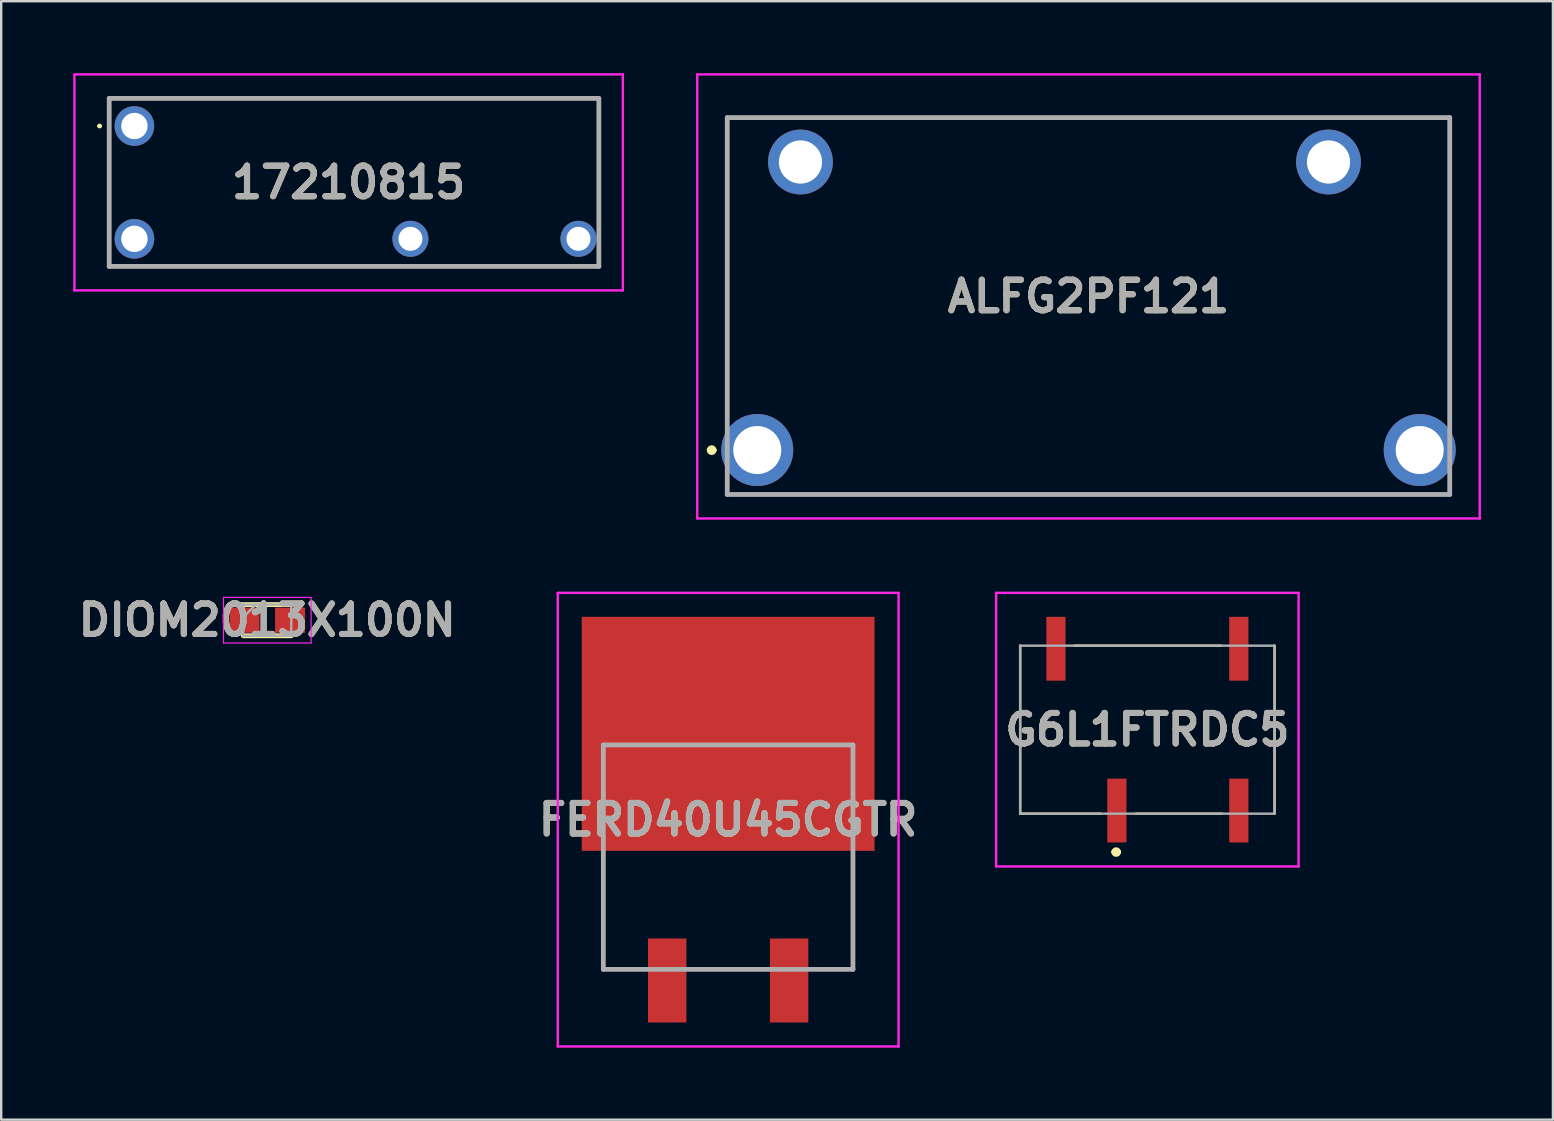
<source format=kicad_pcb>
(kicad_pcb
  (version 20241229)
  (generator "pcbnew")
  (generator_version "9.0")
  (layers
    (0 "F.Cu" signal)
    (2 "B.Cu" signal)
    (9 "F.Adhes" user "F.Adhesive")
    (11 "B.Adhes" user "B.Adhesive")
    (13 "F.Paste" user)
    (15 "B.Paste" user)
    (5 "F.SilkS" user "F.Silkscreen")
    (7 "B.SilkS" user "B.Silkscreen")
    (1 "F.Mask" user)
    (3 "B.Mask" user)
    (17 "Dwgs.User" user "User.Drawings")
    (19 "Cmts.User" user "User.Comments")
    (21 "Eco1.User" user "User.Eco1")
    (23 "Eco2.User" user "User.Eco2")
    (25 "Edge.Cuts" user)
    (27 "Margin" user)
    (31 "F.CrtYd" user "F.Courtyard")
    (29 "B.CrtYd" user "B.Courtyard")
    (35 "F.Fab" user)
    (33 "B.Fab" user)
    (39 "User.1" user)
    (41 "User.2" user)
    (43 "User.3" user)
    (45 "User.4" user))
  (footprint "DIOM2013X100N"
    (layer "F.Cu")
    (at 8.086 22.789)
    (property "Reference" "DIOM2013X100N" (at 0 0 0) (layer "F.SilkS") (effects (font (size 1.27 1.27) (thickness 0.254))))
    (attr smd)
    (fp_line (start -1 0.65) (end 1 0.65) (stroke (width 0.2) (type solid)) (layer "F.SilkS"))
    (fp_line (start 1 -0.65) (end -1.475 -0.65) (stroke (width 0.2) (type solid)) (layer "F.SilkS"))
    (fp_line (start -1.825 -0.95) (end 1.825 -0.95) (stroke (width 0.05) (type solid)) (layer "F.CrtYd"))
    (fp_line (start -1.825 0.95) (end -1.825 -0.95) (stroke (width 0.05) (type solid)) (layer "F.CrtYd"))
    (fp_line (start 1.825 -0.95) (end 1.825 0.95) (stroke (width 0.05) (type solid)) (layer "F.CrtYd"))
    (fp_line (start 1.825 0.95) (end -1.825 0.95) (stroke (width 0.05) (type solid)) (layer "F.CrtYd"))
    (fp_line (start -1 -0.65) (end 1 -0.65) (stroke (width 0.1) (type solid)) (layer "F.Fab"))
    (fp_line (start -1 -0.125) (end -0.475 -0.65) (stroke (width 0.1) (type solid)) (layer "F.Fab"))
    (fp_line (start -1 0.65) (end -1 -0.65) (stroke (width 0.1) (type solid)) (layer "F.Fab"))
    (fp_line (start 1 -0.65) (end 1 0.65) (stroke (width 0.1) (type solid)) (layer "F.Fab"))
    (fp_line (start 1 0.65) (end -1 0.65) (stroke (width 0.1) (type solid)) (layer "F.Fab"))
    (fp_text user "${REFERENCE}" (at 0 0 0) (layer "F.Fab") (effects (font (size 1.27 1.27) (thickness 0.254))))
    (pad "1" smd rect (at -0.95 0 90) (size 1.05 1.25) (layers "F.Cu" "F.Mask" "F.Paste"))
    (pad "2" smd rect (at 0.95 0 90) (size 1.05 1.25) (layers "F.Cu" "F.Mask" "F.Paste")))
  (footprint "17210815"
    (layer "F.Cu")
    (at 2.55 2.2)
    (property "Reference" "17210815" (at 8.925 2.35 0) (layer "F.SilkS") (effects (font (size 1.27 1.27) (thickness 0.254))))
    (attr through_hole)
    (fp_line (start -1.5 0) (end -1.5 0) (stroke (width 0.1) (type solid)) (layer "F.SilkS"))
    (fp_line (start -1.4 0) (end -1.4 0) (stroke (width 0.1) (type solid)) (layer "F.SilkS"))
    (fp_line (start -1.05 -1.15) (end 19.35 -1.15) (stroke (width 0.1) (type solid)) (layer "F.SilkS"))
    (fp_line (start -1.05 0.85) (end -1.05 3.35) (stroke (width 0.1) (type solid)) (layer "F.SilkS"))
    (fp_line (start -1.05 5.85) (end -1.05 5.85) (stroke (width 0.1) (type solid)) (layer "F.SilkS"))
    (fp_line (start -1.05 5.85) (end 19.27 5.85) (stroke (width 0.1) (type solid)) (layer "F.SilkS"))
    (fp_line (start 19.27 5.85) (end -1.05 5.85) (stroke (width 0.1) (type solid)) (layer "F.SilkS"))
    (fp_line (start 19.27 5.85) (end 19.27 5.85) (stroke (width 0.1) (type solid)) (layer "F.SilkS"))
    (fp_line (start 19.35 -1.15) (end 19.35 3.85) (stroke (width 0.1) (type solid)) (layer "F.SilkS"))
    (fp_arc (start -1.5 0) (mid -1.45 -0.05) (end -1.4 0) (stroke (width 0.1) (type solid)) (layer "F.SilkS"))
    (fp_arc (start -1.4 0) (mid -1.45 0.05) (end -1.5 0) (stroke (width 0.1) (type solid)) (layer "F.SilkS"))
    (fp_line (start -2.5 -2.15) (end -2.5 6.85) (stroke (width 0.1) (type solid)) (layer "F.CrtYd"))
    (fp_line (start -2.5 6.85) (end 20.35 6.85) (stroke (width 0.1) (type solid)) (layer "F.CrtYd"))
    (fp_line (start 20.35 -2.15) (end -2.5 -2.15) (stroke (width 0.1) (type solid)) (layer "F.CrtYd"))
    (fp_line (start 20.35 6.85) (end 20.35 -2.15) (stroke (width 0.1) (type solid)) (layer "F.CrtYd"))
    (fp_line (start -1.05 -1.15) (end -1.05 5.85) (stroke (width 0.2) (type solid)) (layer "F.Fab"))
    (fp_line (start -1.05 5.85) (end 19.35 5.85) (stroke (width 0.2) (type solid)) (layer "F.Fab"))
    (fp_line (start 19.35 -1.15) (end -1.05 -1.15) (stroke (width 0.2) (type solid)) (layer "F.Fab"))
    (fp_line (start 19.35 5.85) (end 19.35 -1.15) (stroke (width 0.2) (type solid)) (layer "F.Fab"))
    (fp_text user "${REFERENCE}" (at 8.925 2.35 0) (layer "F.Fab") (effects (font (size 1.27 1.27) (thickness 0.254))))
    (pad "1" thru_hole circle (at 0 0) (size 1.65 1.65) (drill 1.1) (layers "*.Cu" "*.Mask"))
    (pad "2" thru_hole circle (at 0 4.7) (size 1.65 1.65) (drill 1.1) (layers "*.Cu" "*.Mask"))
    (pad "3" thru_hole circle (at 11.5 4.7) (size 1.5 1.5) (drill 1) (layers "*.Cu" "*.Mask"))
    (pad "4" thru_hole circle (at 18.5 4.7) (size 1.5 1.5) (drill 1) (layers "*.Cu" "*.Mask")))
  (footprint "G6L1FTRDC5"
    (layer "F.Cu")
    (at 44.753 27.35)
    (property "Reference" "G6L1FTRDC5" (at 0 0 0) (layer "F.SilkS") (effects (font (size 1.27 1.27) (thickness 0.254))))
    (attr smd)
    (fp_line (start -5.3 -3.5) (end -5.3 3.5) (stroke (width 0.1) (type solid)) (layer "F.SilkS"))
    (fp_line (start -5.3 3.5) (end -1.953 3.5) (stroke (width 0.1) (type solid)) (layer "F.SilkS"))
    (fp_line (start -3.035 -3.5) (end 3.059 -3.5) (stroke (width 0.1) (type solid)) (layer "F.SilkS"))
    (fp_line (start -1.4 5.1) (end -1.4 5.1) (stroke (width 0.2) (type solid)) (layer "F.SilkS"))
    (fp_line (start -1.2 5.1) (end -1.2 5.1) (stroke (width 0.2) (type solid)) (layer "F.SilkS"))
    (fp_line (start -0.472 3.5) (end 3.116 3.5) (stroke (width 0.1) (type solid)) (layer "F.SilkS"))
    (fp_line (start 5.3 -3.5) (end 5.3 3.5) (stroke (width 0.1) (type solid)) (layer "F.SilkS"))
    (fp_arc (start -1.4 5.1) (mid -1.3 5) (end -1.2 5.1) (stroke (width 0.2) (type solid)) (layer "F.SilkS"))
    (fp_arc (start -1.2 5.1) (mid -1.3 5.2) (end -1.4 5.1) (stroke (width 0.2) (type solid)) (layer "F.SilkS"))
    (fp_line (start -6.3 -5.7) (end 6.3 -5.7) (stroke (width 0.1) (type solid)) (layer "F.CrtYd"))
    (fp_line (start -6.3 5.7) (end -6.3 -5.7) (stroke (width 0.1) (type solid)) (layer "F.CrtYd"))
    (fp_line (start 6.3 -5.7) (end 6.3 5.7) (stroke (width 0.1) (type solid)) (layer "F.CrtYd"))
    (fp_line (start 6.3 5.7) (end -6.3 5.7) (stroke (width 0.1) (type solid)) (layer "F.CrtYd"))
    (fp_line (start -5.3 -3.5) (end 5.3 -3.5) (stroke (width 0.1) (type solid)) (layer "F.Fab"))
    (fp_line (start -5.3 3.5) (end -5.3 -3.5) (stroke (width 0.1) (type solid)) (layer "F.Fab"))
    (fp_line (start 5.3 -3.5) (end 5.3 3.5) (stroke (width 0.1) (type solid)) (layer "F.Fab"))
    (fp_line (start 5.3 3.5) (end -5.3 3.5) (stroke (width 0.1) (type solid)) (layer "F.Fab"))
    (fp_text user "${REFERENCE}" (at 0 0 0) (layer "F.Fab") (effects (font (size 1.27 1.27) (thickness 0.254))))
    (pad "2" smd rect (at -1.27 3.37) (size 0.8 2.66) (layers "F.Cu" "F.Mask" "F.Paste"))
    (pad "4" smd rect (at 3.81 3.37) (size 0.8 2.66) (layers "F.Cu" "F.Mask" "F.Paste"))
    (pad "5" smd rect (at 3.81 -3.37) (size 0.8 2.66) (layers "F.Cu" "F.Mask" "F.Paste"))
    (pad "8" smd rect (at -3.81 -3.37) (size 0.8 2.66) (layers "F.Cu" "F.Mask" "F.Paste")))
  (footprint "FERD40U45CGTR"
    (layer "F.Cu")
    (at 27.287 32.662)
    (property "Reference" "FERD40U45CGTR" (at 0 -1.562 0) (layer "F.SilkS") (effects (font (size 1.27 1.27) (thickness 0.254))))
    (attr smd)
    (fp_line (start -5.2 0.1) (end -5.2 4.675) (stroke (width 0.1) (type solid)) (layer "F.SilkS"))
    (fp_line (start -5.2 4.675) (end -3.6 4.675) (stroke (width 0.1) (type solid)) (layer "F.SilkS"))
    (fp_line (start -1.5 4.675) (end 1.5 4.675) (stroke (width 0.1) (type solid)) (layer "F.SilkS"))
    (fp_line (start 3.6 4.675) (end 5.2 4.675) (stroke (width 0.1) (type solid)) (layer "F.SilkS"))
    (fp_line (start 5.2 4.675) (end 5.2 0) (stroke (width 0.1) (type solid)) (layer "F.SilkS"))
    (fp_line (start -7.1 -11.012) (end 7.1 -11.012) (stroke (width 0.1) (type solid)) (layer "F.CrtYd"))
    (fp_line (start -7.1 7.888) (end -7.1 -11.012) (stroke (width 0.1) (type solid)) (layer "F.CrtYd"))
    (fp_line (start 7.1 -11.012) (end 7.1 7.888) (stroke (width 0.1) (type solid)) (layer "F.CrtYd"))
    (fp_line (start 7.1 7.888) (end -7.1 7.888) (stroke (width 0.1) (type solid)) (layer "F.CrtYd"))
    (fp_line (start -5.2 -4.675) (end 5.2 -4.675) (stroke (width 0.2) (type solid)) (layer "F.Fab"))
    (fp_line (start -5.2 4.675) (end -5.2 -4.675) (stroke (width 0.2) (type solid)) (layer "F.Fab"))
    (fp_line (start 5.2 -4.675) (end 5.2 4.675) (stroke (width 0.2) (type solid)) (layer "F.Fab"))
    (fp_line (start 5.2 4.675) (end -5.2 4.675) (stroke (width 0.2) (type solid)) (layer "F.Fab"))
    (fp_text user "${REFERENCE}" (at 0 -1.562 0) (layer "F.Fab") (effects (font (size 1.27 1.27) (thickness 0.254))))
    (pad "1" smd rect (at -2.54 5.138) (size 1.6 3.5) (layers "F.Cu" "F.Mask" "F.Paste"))
    (pad "2" smd rect (at 0 -5.138 90) (size 9.75 12.2) (layers "F.Cu" "F.Mask" "F.Paste"))
    (pad "3" smd rect (at 2.54 5.138) (size 1.6 3.5) (layers "F.Cu" "F.Mask" "F.Paste")))
  (footprint "ALFG2PF121"
    (layer "F.Cu")
    (at 28.5 15.7)
    (property "Reference" "ALFG2PF121" (at 13.8 -6.4 0) (layer "F.SilkS") (effects (font (size 1.27 1.27) (thickness 0.254))))
    (attr through_hole)
    (fp_line (start -2 0) (end -2 0) (stroke (width 0.2) (type solid)) (layer "F.SilkS"))
    (fp_line (start -2 0) (end -2 0) (stroke (width 0.2) (type solid)) (layer "F.SilkS"))
    (fp_line (start -1.8 0) (end -1.8 0) (stroke (width 0.2) (type solid)) (layer "F.SilkS"))
    (fp_line (start -1.25 -13.85) (end -1.25 -13.85) (stroke (width 0.1) (type solid)) (layer "F.SilkS"))
    (fp_line (start -1.25 -13.85) (end -1.25 -13.85) (stroke (width 0.1) (type solid)) (layer "F.SilkS"))
    (fp_line (start -1.25 -13.85) (end -1.25 -2.25) (stroke (width 0.1) (type solid)) (layer "F.SilkS"))
    (fp_line (start -1.25 -13.85) (end 28.8 -13.85) (stroke (width 0.1) (type solid)) (layer "F.SilkS"))
    (fp_line (start -1.25 -2.25) (end -1.25 -13.85) (stroke (width 0.1) (type solid)) (layer "F.SilkS"))
    (fp_line (start -1.25 -2.25) (end -1.25 -2.25) (stroke (width 0.1) (type solid)) (layer "F.SilkS"))
    (fp_line (start 2.3 1.85) (end 2.3 1.85) (stroke (width 0.1) (type solid)) (layer "F.SilkS"))
    (fp_line (start 2.3 1.85) (end 25.55 1.85) (stroke (width 0.1) (type solid)) (layer "F.SilkS"))
    (fp_line (start 25.55 1.85) (end 2.3 1.85) (stroke (width 0.1) (type solid)) (layer "F.SilkS"))
    (fp_line (start 25.55 1.85) (end 25.55 1.85) (stroke (width 0.1) (type solid)) (layer "F.SilkS"))
    (fp_line (start 28.8 -13.85) (end -1.25 -13.85) (stroke (width 0.1) (type solid)) (layer "F.SilkS"))
    (fp_line (start 28.8 -13.85) (end 28.8 -13.85) (stroke (width 0.1) (type solid)) (layer "F.SilkS"))
    (fp_line (start 28.85 -13.85) (end 28.85 -13.85) (stroke (width 0.1) (type solid)) (layer "F.SilkS"))
    (fp_line (start 28.85 -13.85) (end 28.85 -2.25) (stroke (width 0.1) (type solid)) (layer "F.SilkS"))
    (fp_line (start 28.85 -2.25) (end 28.85 -13.85) (stroke (width 0.1) (type solid)) (layer "F.SilkS"))
    (fp_line (start 28.85 -2.25) (end 28.85 -2.25) (stroke (width 0.1) (type solid)) (layer "F.SilkS"))
    (fp_arc (start -2 0) (mid -1.9 -0.1) (end -1.8 0) (stroke (width 0.2) (type solid)) (layer "F.SilkS"))
    (fp_arc (start -1.8 0) (mid -1.9 0.1) (end -2 0) (stroke (width 0.2) (type solid)) (layer "F.SilkS"))
    (fp_arc (start -1.8 0) (mid -1.9 0.1) (end -2 0) (stroke (width 0.2) (type solid)) (layer "F.SilkS"))
    (fp_line (start -2.5 -15.65) (end -2.5 2.85) (stroke (width 0.1) (type solid)) (layer "F.CrtYd"))
    (fp_line (start -2.5 2.85) (end 30.1 2.85) (stroke (width 0.1) (type solid)) (layer "F.CrtYd"))
    (fp_line (start 30.1 -15.65) (end -2.5 -15.65) (stroke (width 0.1) (type solid)) (layer "F.CrtYd"))
    (fp_line (start 30.1 2.85) (end 30.1 -15.65) (stroke (width 0.1) (type solid)) (layer "F.CrtYd"))
    (fp_line (start -1.25 -13.85) (end 28.85 -13.85) (stroke (width 0.2) (type solid)) (layer "F.Fab"))
    (fp_line (start -1.25 1.85) (end -1.25 -13.85) (stroke (width 0.2) (type solid)) (layer "F.Fab"))
    (fp_line (start 28.85 -13.85) (end 28.85 1.85) (stroke (width 0.2) (type solid)) (layer "F.Fab"))
    (fp_line (start 28.85 1.85) (end -1.25 1.85) (stroke (width 0.2) (type solid)) (layer "F.Fab"))
    (fp_text user "${REFERENCE}" (at 13.8 -6.4 0) (layer "F.Fab") (effects (font (size 1.27 1.27) (thickness 0.254))))
    (pad "1" thru_hole circle (at 0 0) (size 3 3) (drill 2) (layers "*.Cu" "*.Mask"))
    (pad "2" thru_hole circle (at 27.6 0) (size 3 3) (drill 2) (layers "*.Cu" "*.Mask"))
    (pad "3" thru_hole circle (at 23.8 -12) (size 2.7 2.7) (drill 1.8) (layers "*.Cu" "*.Mask"))
    (pad "4" thru_hole circle (at 1.8 -12) (size 2.7 2.7) (drill 1.8) (layers "*.Cu" "*.Mask")))
  (gr_rect
    (start -3 -3)
    (end 61.65 43.6)
    (stroke (width 0.1) (type default))
    (fill no)
    (layer "Edge.Cuts")))
</source>
